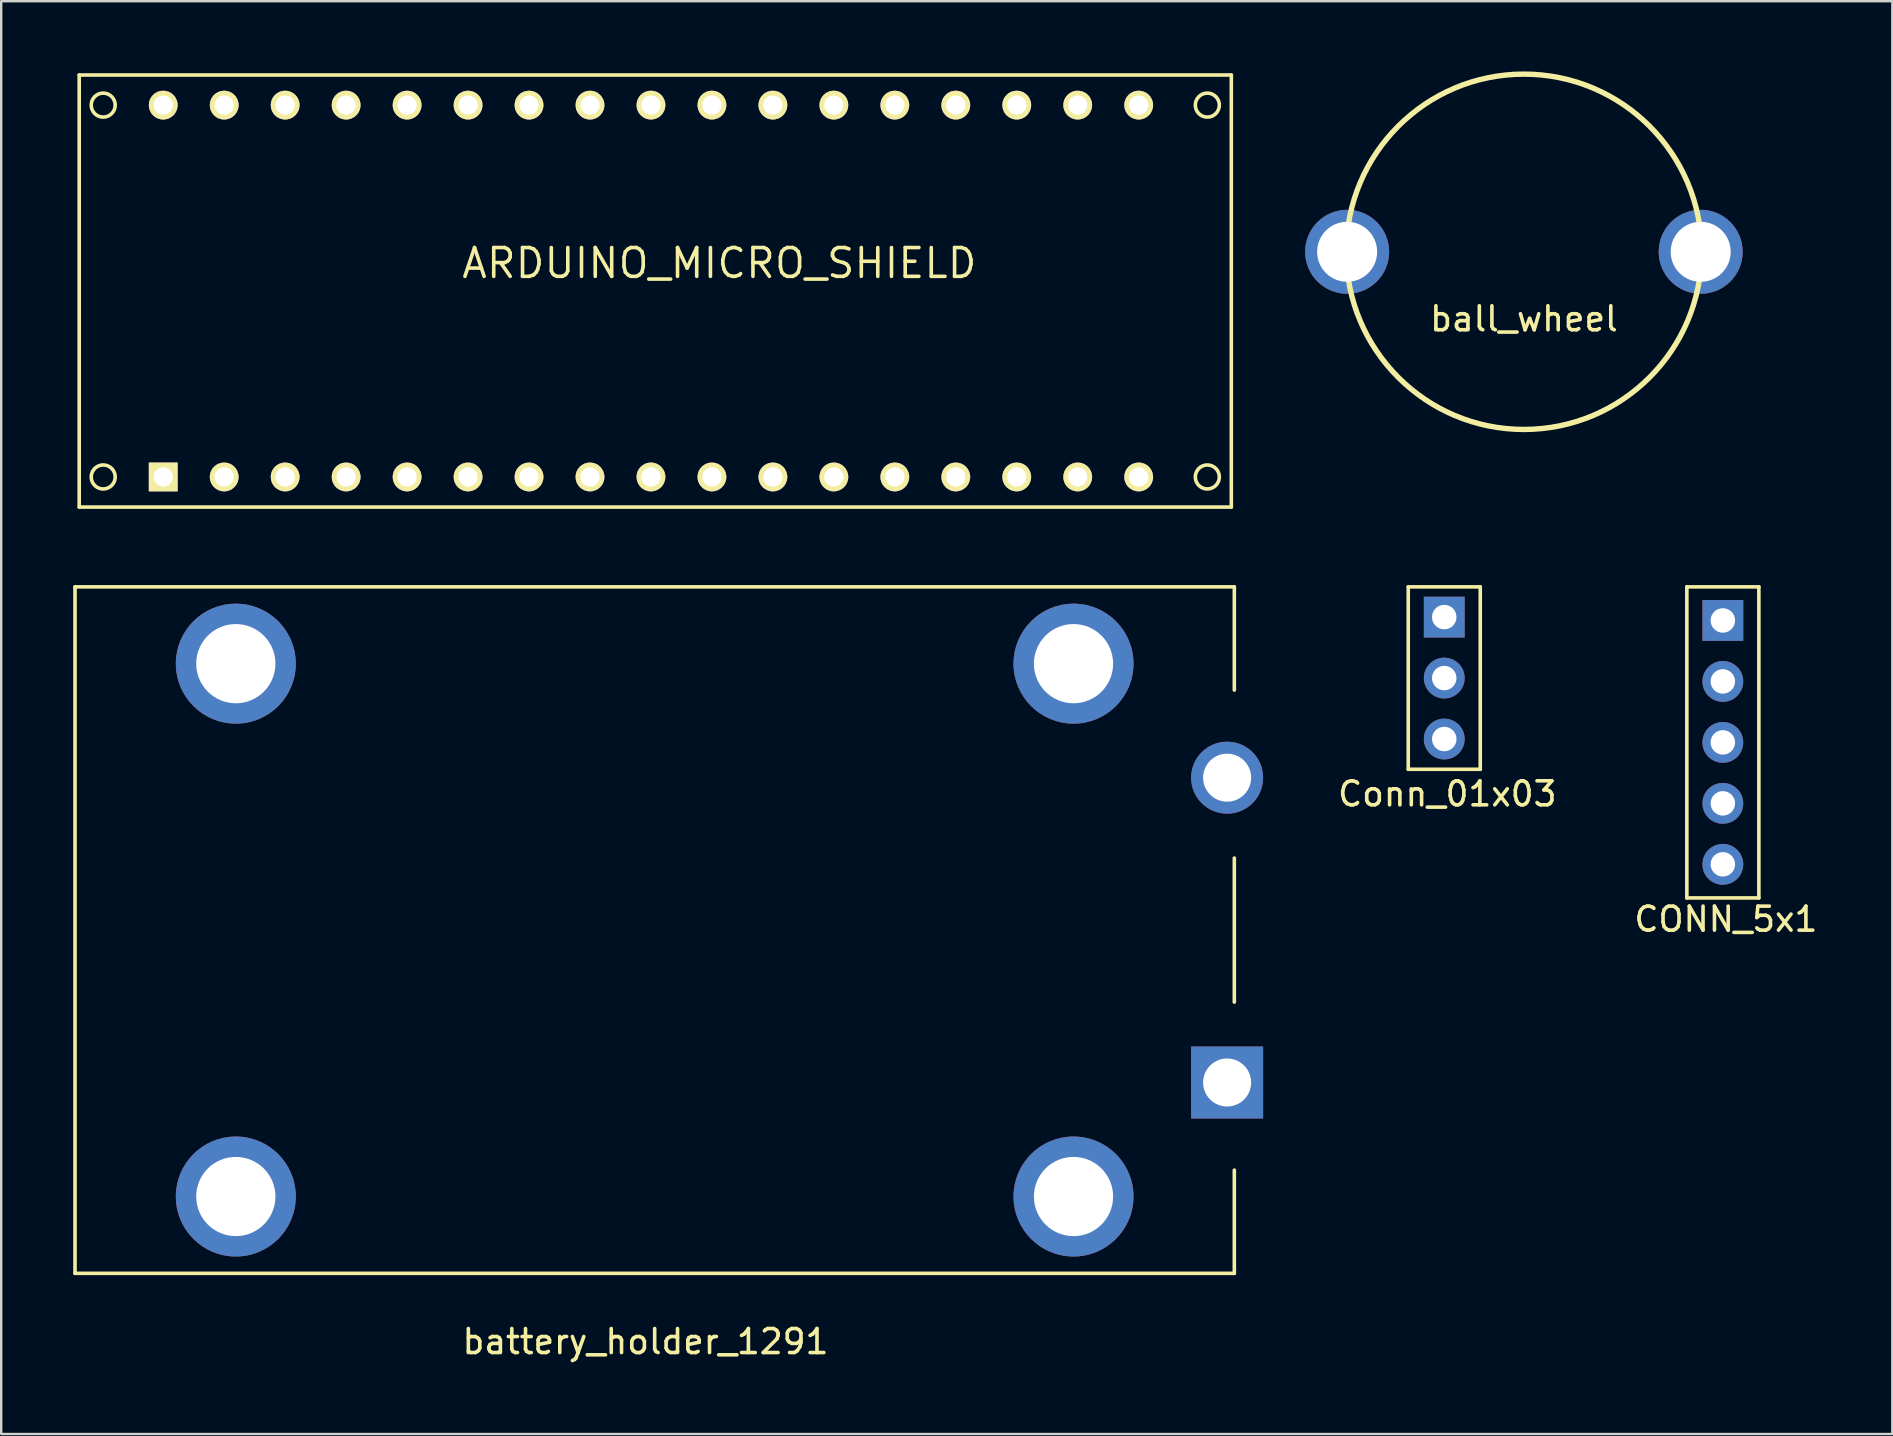
<source format=kicad_pcb>
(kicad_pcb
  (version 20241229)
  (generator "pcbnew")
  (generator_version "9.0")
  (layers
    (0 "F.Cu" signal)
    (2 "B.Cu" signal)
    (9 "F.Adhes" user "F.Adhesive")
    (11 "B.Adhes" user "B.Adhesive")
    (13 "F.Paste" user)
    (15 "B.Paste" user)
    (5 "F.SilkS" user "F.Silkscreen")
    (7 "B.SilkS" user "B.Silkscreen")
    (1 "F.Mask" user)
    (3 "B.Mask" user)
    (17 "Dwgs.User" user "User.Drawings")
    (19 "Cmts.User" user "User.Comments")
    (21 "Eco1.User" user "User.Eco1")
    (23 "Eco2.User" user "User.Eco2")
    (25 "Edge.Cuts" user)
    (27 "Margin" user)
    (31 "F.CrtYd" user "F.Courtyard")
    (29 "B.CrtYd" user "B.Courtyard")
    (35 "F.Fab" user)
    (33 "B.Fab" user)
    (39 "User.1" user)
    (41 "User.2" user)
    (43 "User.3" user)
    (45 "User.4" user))
  (footprint "ball_wheel"
    (layer "F.Cu")
    (at 60.44 7.44)
    (property "Reference" "ball_wheel" (at 0 2.794 0) (layer "F.SilkS") (effects (font (size 1 1) (thickness 0.15))))
    (attr through_hole)
    (fp_circle (center 0 0) (end 0 -2147.484) (stroke (width 0.15) (type solid)) (fill no) (layer "F.SilkS"))
    (fp_circle (center 0 0) (end 7.365 0) (stroke (width 0.15) (type solid)) (fill no) (layer "F.SilkS"))
    (pad "" np_thru_hole circle (at -7.365 0) (size 3.5 3.5) (drill 2.5) (layers "*.Cu" "*.Mask"))
    (pad "" np_thru_hole circle (at 7.365 0) (size 3.5 3.5) (drill 2.5) (layers "*.Cu" "*.Mask")))
  (footprint "CONN_5x1"
    (layer "F.Cu")
    (at 68.728 27.88)
    (property "Reference" "CONN_5x1" (at 0.127 7.366 0) (layer "F.SilkS") (effects (font (size 1 1) (thickness 0.15))))
    (attr through_hole)
    (fp_line (start -1.5 -6.48) (end -1.5 6.48) (stroke (width 0.15) (type solid)) (layer "F.SilkS"))
    (fp_line (start -1.5 6.48) (end 1.5 6.48) (stroke (width 0.15) (type solid)) (layer "F.SilkS"))
    (fp_line (start 1.5 -6.48) (end -1.5 -6.48) (stroke (width 0.15) (type solid)) (layer "F.SilkS"))
    (fp_line (start 1.5 6.48) (end 1.5 -6.48) (stroke (width 0.15) (type solid)) (layer "F.SilkS"))
    (pad "1" thru_hole rect (at 0 -5.08) (size 1.7 1.7) (drill 1.02) (layers "*.Cu" "*.Mask"))
    (pad "2" thru_hole circle (at 0 -2.54) (size 1.7 1.7) (drill 1.02) (layers "*.Cu" "*.Mask"))
    (pad "3" thru_hole circle (at 0 0) (size 1.7 1.7) (drill 1.02) (layers "*.Cu" "*.Mask"))
    (pad "4" thru_hole circle (at 0 2.54) (size 1.7 1.7) (drill 1.02) (layers "*.Cu" "*.Mask"))
    (pad "5" thru_hole circle (at 0 5.08) (size 1.7 1.7) (drill 1.02) (layers "*.Cu" "*.Mask")))
  (footprint "battery_holder_1291"
    (layer "F.Cu")
    (at 24.225 35.7)
    (property "Reference" "battery_holder_1291" (at -0.381 17.145 0) (layer "F.SilkS") (effects (font (size 1 1) (thickness 0.15))))
    (attr through_hole)
    (fp_line (start -24.15 -14.3) (end -24.15 14.3) (stroke (width 0.15) (type solid)) (layer "F.SilkS"))
    (fp_line (start -24.15 14.3) (end 24.15 14.3) (stroke (width 0.15) (type solid)) (layer "F.SilkS"))
    (fp_line (start 24.15 -14.3) (end -24.15 -14.3) (stroke (width 0.15) (type solid)) (layer "F.SilkS"))
    (fp_line (start 24.15 -10) (end 24.15 -14.3) (stroke (width 0.15) (type solid)) (layer "F.SilkS"))
    (fp_line (start 24.15 3) (end 24.15 -3) (stroke (width 0.15) (type solid)) (layer "F.SilkS"))
    (fp_line (start 24.15 14.3) (end 24.15 10) (stroke (width 0.15) (type solid)) (layer "F.SilkS"))
    (pad "" np_thru_hole circle (at -17.45 -11.1) (size 5 5) (drill 3.3) (layers "*.Cu" "*.Mask"))
    (pad "" np_thru_hole circle (at -17.45 11.1) (size 5 5) (drill 3.3) (layers "*.Cu" "*.Mask"))
    (pad "" np_thru_hole circle (at 17.45 -11.1) (size 5 5) (drill 3.3) (layers "*.Cu" "*.Mask"))
    (pad "" np_thru_hole circle (at 17.45 11.1) (size 5 5) (drill 3.3) (layers "*.Cu" "*.Mask"))
    (pad "1" thru_hole rect (at 23.85 6.35) (size 3 3) (drill 2) (layers "*.Cu" "*.Mask"))
    (pad "2" thru_hole circle (at 23.85 -6.35) (size 3 3) (drill 2) (layers "*.Cu" "*.Mask")))
  (footprint "ARDUINO_MICRO_SHIELD"
    (layer "F.Cu")
    (at 0.25 18.075)
    (property "Reference" "ARDUINO_MICRO_SHIELD" (at 26.67 -10.16 0) (layer "F.SilkS") (effects (font (size 1.2 1.2) (thickness 0.15))))
    (attr through_hole)
    (fp_line (start 0 -18) (end 48 -18) (stroke (width 0.15) (type solid)) (layer "F.SilkS"))
    (fp_line (start 0 0) (end 0 -18) (stroke (width 0.15) (type solid)) (layer "F.SilkS"))
    (fp_line (start 48 -18) (end 48 0) (stroke (width 0.15) (type solid)) (layer "F.SilkS"))
    (fp_line (start 48 0) (end 0 0) (stroke (width 0.15) (type solid)) (layer "F.SilkS"))
    (fp_circle (center 1 -16.746) (end 1.5 -16.746) (stroke (width 0.15) (type solid)) (fill no) (layer "F.SilkS"))
    (fp_circle (center 1 -1.254) (end 1.5 -1.254) (stroke (width 0.15) (type solid)) (fill no) (layer "F.SilkS"))
    (fp_circle (center 47 -16.746) (end 47.5 -16.746) (stroke (width 0.15) (type solid)) (fill no) (layer "F.SilkS"))
    (fp_circle (center 47 -1.254) (end 47.5 -1.254) (stroke (width 0.15) (type solid)) (fill no) (layer "F.SilkS"))
    (pad "1" thru_hole rect (at 3.5 -1.254) (size 1.2 1.2) (drill 0.8) (layers "*.Cu" "*.Mask" "F.SilkS"))
    (pad "2" thru_hole circle (at 6.04 -1.254) (size 1.2 1.2) (drill 0.8) (layers "*.Cu" "*.Mask" "F.SilkS"))
    (pad "3" thru_hole circle (at 8.58 -1.254) (size 1.2 1.2) (drill 0.8) (layers "*.Cu" "*.Mask" "F.SilkS"))
    (pad "4" thru_hole circle (at 11.12 -1.254) (size 1.2 1.2) (drill 0.8) (layers "*.Cu" "*.Mask" "F.SilkS"))
    (pad "5" thru_hole circle (at 13.66 -1.254) (size 1.2 1.2) (drill 0.8) (layers "*.Cu" "*.Mask" "F.SilkS"))
    (pad "6" thru_hole circle (at 16.2 -1.254) (size 1.2 1.2) (drill 0.8) (layers "*.Cu" "*.Mask" "F.SilkS"))
    (pad "7" thru_hole circle (at 18.74 -1.254) (size 1.2 1.2) (drill 0.8) (layers "*.Cu" "*.Mask" "F.SilkS"))
    (pad "8" thru_hole circle (at 21.28 -1.254) (size 1.2 1.2) (drill 0.8) (layers "*.Cu" "*.Mask" "F.SilkS"))
    (pad "9" thru_hole circle (at 23.82 -1.254) (size 1.2 1.2) (drill 0.8) (layers "*.Cu" "*.Mask" "F.SilkS"))
    (pad "10" thru_hole circle (at 26.36 -1.254) (size 1.2 1.2) (drill 0.8) (layers "*.Cu" "*.Mask" "F.SilkS"))
    (pad "11" thru_hole circle (at 28.9 -1.254) (size 1.2 1.2) (drill 0.8) (layers "*.Cu" "*.Mask" "F.SilkS"))
    (pad "12" thru_hole circle (at 31.44 -1.254) (size 1.2 1.2) (drill 0.8) (layers "*.Cu" "*.Mask" "F.SilkS"))
    (pad "13" thru_hole circle (at 33.98 -1.254) (size 1.2 1.2) (drill 0.8) (layers "*.Cu" "*.Mask" "F.SilkS"))
    (pad "14" thru_hole circle (at 36.52 -1.254) (size 1.2 1.2) (drill 0.8) (layers "*.Cu" "*.Mask" "F.SilkS"))
    (pad "15" thru_hole circle (at 39.06 -1.254) (size 1.2 1.2) (drill 0.8) (layers "*.Cu" "*.Mask" "F.SilkS"))
    (pad "16" thru_hole circle (at 41.6 -1.254) (size 1.2 1.2) (drill 0.8) (layers "*.Cu" "*.Mask" "F.SilkS"))
    (pad "17" thru_hole circle (at 44.14 -1.254) (size 1.2 1.2) (drill 0.8) (layers "*.Cu" "*.Mask" "F.SilkS"))
    (pad "18" thru_hole circle (at 44.14 -16.746) (size 1.2 1.2) (drill 0.8) (layers "*.Cu" "*.Mask" "F.SilkS"))
    (pad "19" thru_hole circle (at 41.6 -16.746) (size 1.2 1.2) (drill 0.8) (layers "*.Cu" "*.Mask" "F.SilkS"))
    (pad "20" thru_hole circle (at 39.06 -16.746) (size 1.2 1.2) (drill 0.8) (layers "*.Cu" "*.Mask" "F.SilkS"))
    (pad "21" thru_hole circle (at 36.52 -16.746) (size 1.2 1.2) (drill 0.8) (layers "*.Cu" "*.Mask" "F.SilkS"))
    (pad "22" thru_hole circle (at 33.98 -16.746) (size 1.2 1.2) (drill 0.8) (layers "*.Cu" "*.Mask" "F.SilkS"))
    (pad "23" thru_hole circle (at 31.44 -16.746) (size 1.2 1.2) (drill 0.8) (layers "*.Cu" "*.Mask" "F.SilkS"))
    (pad "24" thru_hole circle (at 28.9 -16.746) (size 1.2 1.2) (drill 0.8) (layers "*.Cu" "*.Mask" "F.SilkS"))
    (pad "25" thru_hole circle (at 26.36 -16.746) (size 1.2 1.2) (drill 0.8) (layers "*.Cu" "*.Mask" "F.SilkS"))
    (pad "26" thru_hole circle (at 23.82 -16.746) (size 1.2 1.2) (drill 0.8) (layers "*.Cu" "*.Mask" "F.SilkS"))
    (pad "27" thru_hole circle (at 21.28 -16.746) (size 1.2 1.2) (drill 0.8) (layers "*.Cu" "*.Mask" "F.SilkS"))
    (pad "28" thru_hole circle (at 18.74 -16.746) (size 1.2 1.2) (drill 0.8) (layers "*.Cu" "*.Mask" "F.SilkS"))
    (pad "29" thru_hole circle (at 16.2 -16.746) (size 1.2 1.2) (drill 0.8) (layers "*.Cu" "*.Mask" "F.SilkS"))
    (pad "30" thru_hole circle (at 13.66 -16.746) (size 1.2 1.2) (drill 0.8) (layers "*.Cu" "*.Mask" "F.SilkS"))
    (pad "31" thru_hole circle (at 11.12 -16.746) (size 1.2 1.2) (drill 0.8) (layers "*.Cu" "*.Mask" "F.SilkS"))
    (pad "32" thru_hole circle (at 8.58 -16.746) (size 1.2 1.2) (drill 0.8) (layers "*.Cu" "*.Mask" "F.SilkS"))
    (pad "33" thru_hole circle (at 6.04 -16.746) (size 1.2 1.2) (drill 0.8) (layers "*.Cu" "*.Mask" "F.SilkS"))
    (pad "34" thru_hole circle (at 3.5 -16.746) (size 1.2 1.2) (drill 0.8) (layers "*.Cu" "*.Mask" "F.SilkS")))
  (footprint "Conn_01x03"
    (layer "F.Cu")
    (at 57.121 25.2)
    (property "Reference" "Conn_01x03" (at 0.127 4.826 0) (layer "F.SilkS") (effects (font (size 1 1) (thickness 0.15))))
    (attr through_hole)
    (fp_line (start -1.5 -3.8) (end -1.5 3.8) (stroke (width 0.15) (type solid)) (layer "F.SilkS"))
    (fp_line (start -1.5 3.8) (end 1.5 3.8) (stroke (width 0.15) (type solid)) (layer "F.SilkS"))
    (fp_line (start 1.5 -3.8) (end -1.5 -3.8) (stroke (width 0.15) (type solid)) (layer "F.SilkS"))
    (fp_line (start 1.5 3.8) (end 1.5 -3.8) (stroke (width 0.15) (type solid)) (layer "F.SilkS"))
    (pad "1" thru_hole rect (at 0 -2.54) (size 1.7 1.7) (drill 1.02) (layers "*.Cu" "*.Mask"))
    (pad "2" thru_hole circle (at 0 0) (size 1.7 1.7) (drill 1.02) (layers "*.Cu" "*.Mask"))
    (pad "3" thru_hole circle (at 0 2.54) (size 1.7 1.7) (drill 1.02) (layers "*.Cu" "*.Mask")))
  (gr_rect
    (start -3 -3)
    (end 75.789 56.693)
    (stroke (width 0.1) (type default))
    (fill no)
    (layer "Edge.Cuts")))
</source>
